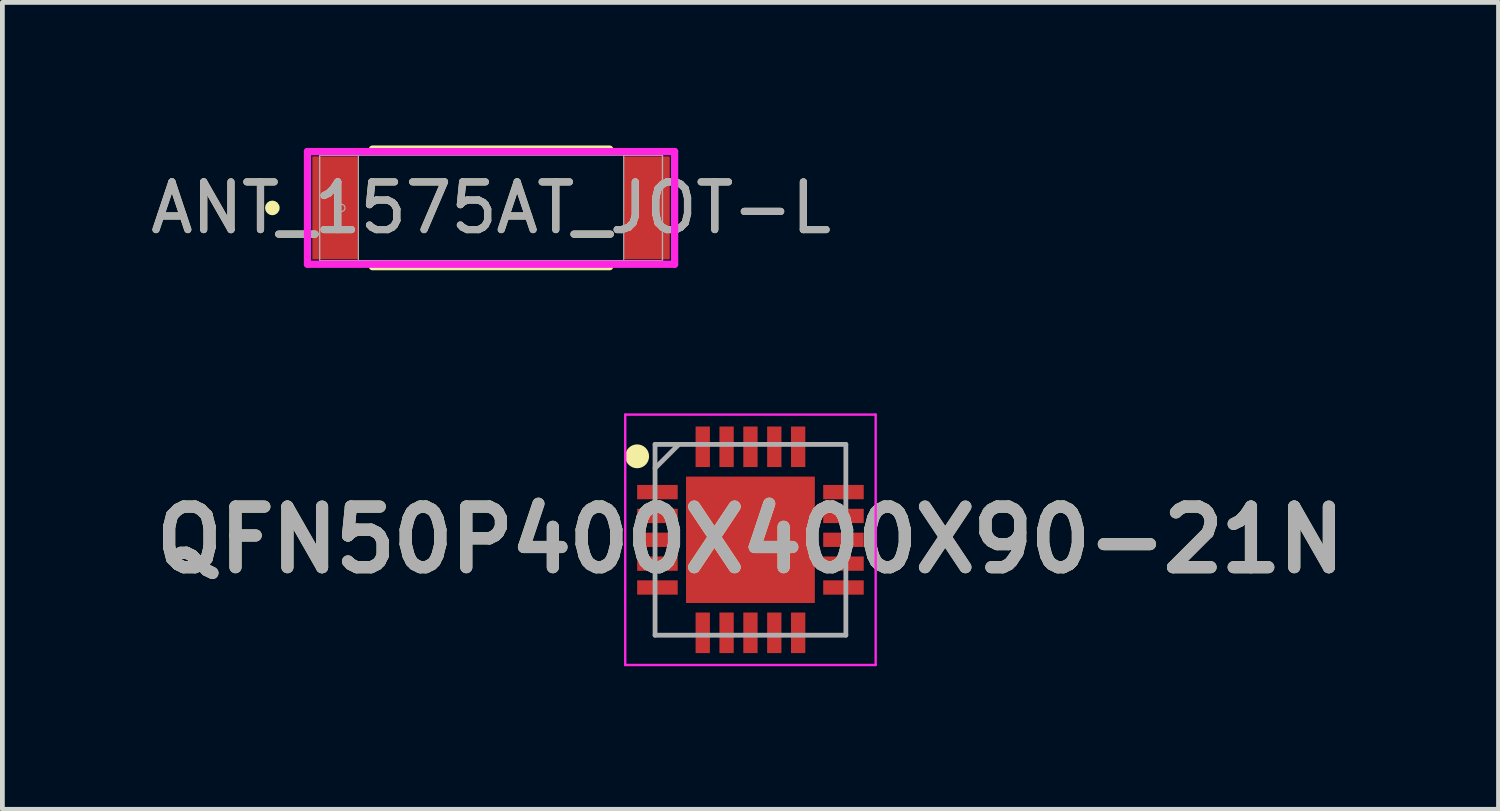
<source format=kicad_pcb>
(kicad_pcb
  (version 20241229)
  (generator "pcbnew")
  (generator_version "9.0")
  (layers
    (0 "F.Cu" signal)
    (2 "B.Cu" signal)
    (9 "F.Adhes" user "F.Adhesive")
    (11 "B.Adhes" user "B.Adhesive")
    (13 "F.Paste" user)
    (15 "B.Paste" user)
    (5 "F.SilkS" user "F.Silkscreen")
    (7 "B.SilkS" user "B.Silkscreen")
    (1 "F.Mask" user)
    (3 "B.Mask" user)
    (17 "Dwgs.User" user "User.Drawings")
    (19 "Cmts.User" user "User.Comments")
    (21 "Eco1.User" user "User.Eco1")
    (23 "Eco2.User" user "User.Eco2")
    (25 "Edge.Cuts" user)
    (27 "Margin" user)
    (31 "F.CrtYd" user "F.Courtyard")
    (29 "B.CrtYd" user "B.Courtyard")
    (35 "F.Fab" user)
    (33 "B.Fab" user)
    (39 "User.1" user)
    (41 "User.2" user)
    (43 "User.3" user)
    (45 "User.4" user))
  (footprint "ANT_1575AT_JOT-L"
    (layer "F.Cu")
    (at 7.244 1.308)
    (property "Reference" "ANT_1575AT_JOT-L" (at 0 0 0) (unlocked yes) (layer "F.SilkS") (effects (font (size 1 1) (thickness 0.15))))
    (attr smd)
    (fp_line (start -2.486 1.232) (end 2.486 1.232) (stroke (width 0.152) (type solid)) (layer "F.SilkS"))
    (fp_line (start 2.486 -1.232) (end -2.486 -1.232) (stroke (width 0.152) (type solid)) (layer "F.SilkS"))
    (fp_circle (center -4.585 0) (end -4.508 0) (stroke (width 0.152) (type solid)) (fill no) (layer "F.SilkS"))
    (fp_line (start -3.848 -1.181) (end 3.848 -1.181) (stroke (width 0.152) (type solid)) (layer "F.CrtYd"))
    (fp_line (start -3.848 1.181) (end -3.848 -1.181) (stroke (width 0.152) (type solid)) (layer "F.CrtYd"))
    (fp_line (start 3.848 -1.181) (end 3.848 1.181) (stroke (width 0.152) (type solid)) (layer "F.CrtYd"))
    (fp_line (start 3.848 1.181) (end -3.848 1.181) (stroke (width 0.152) (type solid)) (layer "F.CrtYd"))
    (fp_line (start -3.594 -1.105) (end -3.594 1.105) (stroke (width 0.025) (type solid)) (layer "F.Fab"))
    (fp_line (start -3.594 -1.105) (end -3.594 1.105) (stroke (width 0.025) (type solid)) (layer "F.Fab"))
    (fp_line (start -3.594 1.105) (end -2.781 1.105) (stroke (width 0.025) (type solid)) (layer "F.Fab"))
    (fp_line (start -3.594 1.105) (end 3.594 1.105) (stroke (width 0.025) (type solid)) (layer "F.Fab"))
    (fp_line (start -2.781 -1.105) (end -3.594 -1.105) (stroke (width 0.025) (type solid)) (layer "F.Fab"))
    (fp_line (start -2.781 1.105) (end -2.781 -1.105) (stroke (width 0.025) (type solid)) (layer "F.Fab"))
    (fp_line (start 2.781 -1.105) (end 2.781 1.105) (stroke (width 0.025) (type solid)) (layer "F.Fab"))
    (fp_line (start 2.781 1.105) (end 3.594 1.105) (stroke (width 0.025) (type solid)) (layer "F.Fab"))
    (fp_line (start 3.594 -1.105) (end -3.594 -1.105) (stroke (width 0.025) (type solid)) (layer "F.Fab"))
    (fp_line (start 3.594 -1.105) (end 2.781 -1.105) (stroke (width 0.025) (type solid)) (layer "F.Fab"))
    (fp_line (start 3.594 1.105) (end 3.594 -1.105) (stroke (width 0.025) (type solid)) (layer "F.Fab"))
    (fp_line (start 3.594 1.105) (end 3.594 -1.105) (stroke (width 0.025) (type solid)) (layer "F.Fab"))
    (fp_circle (center -3.137 0) (end -3.061 0) (stroke (width 0.025) (type solid)) (fill no) (layer "F.Fab"))
    (fp_text user "${REFERENCE}" (at 0 0 0) (unlocked yes) (layer "F.Fab") (effects (font (size 1 1) (thickness 0.15))))
    (pad "1" smd rect (at -3.264 0) (size 0.965 2.159) (layers "F.Cu" "F.Mask" "F.Paste"))
    (pad "2" smd rect (at 3.264 0) (size 0.965 2.159) (layers "F.Cu" "F.Mask" "F.Paste"))
    (zone (net_name "") (layer "F.Cu") (hatch full 0.508) (connect_pads) (min_thickness 0.254) (filled_areas_thickness no) (keepout (tracks not_allowed) (vias not_allowed) (pads allowed) (copperpour not_allowed) (footprints allowed)) (placement (enabled no)) (fill) (polygon (pts (xy 4.514 0.254) (xy 9.975 0.254) (xy 9.975 2.362) (xy 4.514 2.362)))))
  (footprint "QFN50P400X400X90-21N"
    (layer "F.Cu")
    (at 12.682 8.266)
    (property "Reference" "QFN50P400X400X90-21N" (at 0 0 0) (layer "F.SilkS") (effects (font (size 1.27 1.27) (thickness 0.254))))
    (attr smd)
    (fp_circle (center -2.375 -1.75) (end -2.375 -1.625) (stroke (width 0.25) (type solid)) (fill no) (layer "F.SilkS"))
    (fp_line (start -2.625 -2.625) (end 2.625 -2.625) (stroke (width 0.05) (type solid)) (layer "F.CrtYd"))
    (fp_line (start -2.625 2.625) (end -2.625 -2.625) (stroke (width 0.05) (type solid)) (layer "F.CrtYd"))
    (fp_line (start 2.625 -2.625) (end 2.625 2.625) (stroke (width 0.05) (type solid)) (layer "F.CrtYd"))
    (fp_line (start 2.625 2.625) (end -2.625 2.625) (stroke (width 0.05) (type solid)) (layer "F.CrtYd"))
    (fp_line (start -2 -2) (end 2 -2) (stroke (width 0.1) (type solid)) (layer "F.Fab"))
    (fp_line (start -2 -1.5) (end -1.5 -2) (stroke (width 0.1) (type solid)) (layer "F.Fab"))
    (fp_line (start -2 2) (end -2 -2) (stroke (width 0.1) (type solid)) (layer "F.Fab"))
    (fp_line (start 2 -2) (end 2 2) (stroke (width 0.1) (type solid)) (layer "F.Fab"))
    (fp_line (start 2 2) (end -2 2) (stroke (width 0.1) (type solid)) (layer "F.Fab"))
    (fp_text user "${REFERENCE}" (at 0 0 0) (layer "F.Fab") (effects (font (size 1.27 1.27) (thickness 0.254))))
    (pad "1" smd rect (at -1.95 -1 90) (size 0.3 0.85) (layers "F.Cu" "F.Mask" "F.Paste"))
    (pad "2" smd rect (at -1.95 -0.5 90) (size 0.3 0.85) (layers "F.Cu" "F.Mask" "F.Paste"))
    (pad "3" smd rect (at -1.95 0 90) (size 0.3 0.85) (layers "F.Cu" "F.Mask" "F.Paste"))
    (pad "4" smd rect (at -1.95 0.5 90) (size 0.3 0.85) (layers "F.Cu" "F.Mask" "F.Paste"))
    (pad "5" smd rect (at -1.95 1 90) (size 0.3 0.85) (layers "F.Cu" "F.Mask" "F.Paste"))
    (pad "6" smd rect (at -1 1.95) (size 0.3 0.85) (layers "F.Cu" "F.Mask" "F.Paste"))
    (pad "7" smd rect (at -0.5 1.95) (size 0.3 0.85) (layers "F.Cu" "F.Mask" "F.Paste"))
    (pad "8" smd rect (at 0 1.95) (size 0.3 0.85) (layers "F.Cu" "F.Mask" "F.Paste"))
    (pad "9" smd rect (at 0.5 1.95) (size 0.3 0.85) (layers "F.Cu" "F.Mask" "F.Paste"))
    (pad "10" smd rect (at 1 1.95) (size 0.3 0.85) (layers "F.Cu" "F.Mask" "F.Paste"))
    (pad "11" smd rect (at 1.95 1 90) (size 0.3 0.85) (layers "F.Cu" "F.Mask" "F.Paste"))
    (pad "12" smd rect (at 1.95 0.5 90) (size 0.3 0.85) (layers "F.Cu" "F.Mask" "F.Paste"))
    (pad "13" smd rect (at 1.95 0 90) (size 0.3 0.85) (layers "F.Cu" "F.Mask" "F.Paste"))
    (pad "14" smd rect (at 1.95 -0.5 90) (size 0.3 0.85) (layers "F.Cu" "F.Mask" "F.Paste"))
    (pad "15" smd rect (at 1.95 -1 90) (size 0.3 0.85) (layers "F.Cu" "F.Mask" "F.Paste"))
    (pad "16" smd rect (at 1 -1.95) (size 0.3 0.85) (layers "F.Cu" "F.Mask" "F.Paste"))
    (pad "17" smd rect (at 0.5 -1.95) (size 0.3 0.85) (layers "F.Cu" "F.Mask" "F.Paste"))
    (pad "18" smd rect (at 0 -1.95) (size 0.3 0.85) (layers "F.Cu" "F.Mask" "F.Paste"))
    (pad "19" smd rect (at -0.5 -1.95) (size 0.3 0.85) (layers "F.Cu" "F.Mask" "F.Paste"))
    (pad "20" smd rect (at -1 -1.95) (size 0.3 0.85) (layers "F.Cu" "F.Mask" "F.Paste"))
    (pad "21" smd rect (at 0 0 90) (size 2.65 2.7) (layers "F.Cu" "F.Mask" "F.Paste")))
  (gr_rect
    (start -3 -3)
    (end 28.364 13.916)
    (stroke (width 0.1) (type default))
    (fill no)
    (layer "Edge.Cuts")))
</source>
